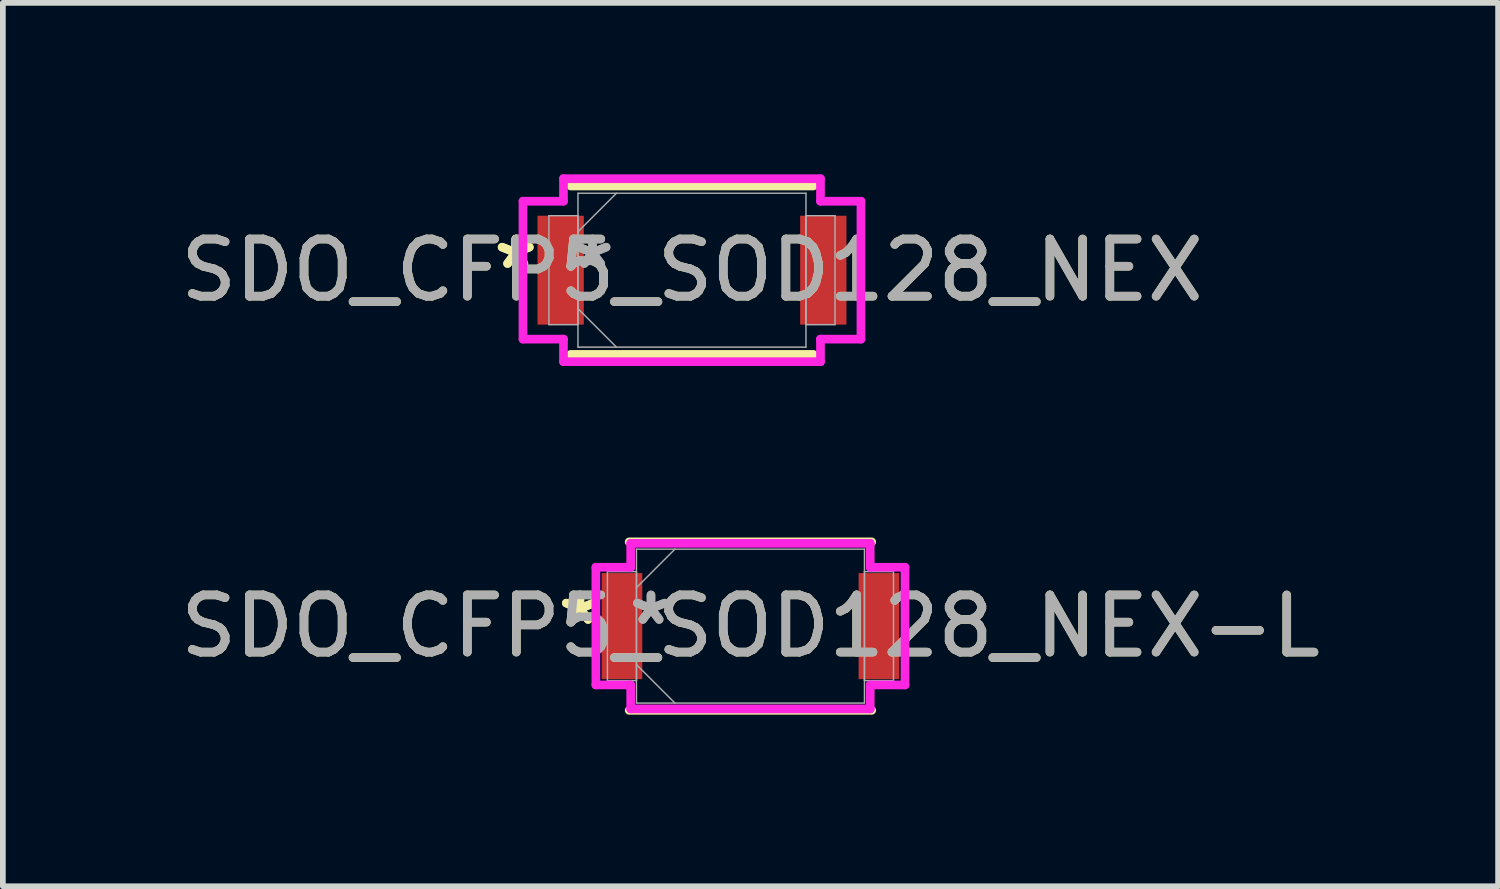
<source format=kicad_pcb>
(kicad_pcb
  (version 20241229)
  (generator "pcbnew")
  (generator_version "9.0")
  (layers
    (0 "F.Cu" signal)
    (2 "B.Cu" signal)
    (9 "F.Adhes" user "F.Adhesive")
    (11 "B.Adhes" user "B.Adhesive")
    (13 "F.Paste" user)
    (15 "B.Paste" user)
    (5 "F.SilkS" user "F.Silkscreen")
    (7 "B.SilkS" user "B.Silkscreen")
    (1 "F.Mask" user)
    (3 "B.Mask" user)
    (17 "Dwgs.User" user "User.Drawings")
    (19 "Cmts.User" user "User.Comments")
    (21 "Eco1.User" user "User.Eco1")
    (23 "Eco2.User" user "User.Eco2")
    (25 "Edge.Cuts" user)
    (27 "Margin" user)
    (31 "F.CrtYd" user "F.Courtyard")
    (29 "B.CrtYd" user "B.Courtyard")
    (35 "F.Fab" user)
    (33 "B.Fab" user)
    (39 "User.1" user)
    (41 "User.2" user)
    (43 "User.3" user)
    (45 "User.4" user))
  (footprint "SDO_CFP5_SOD128_NEX"
    (layer "F.Cu")
    (at 9.054 1.676)
    (property "Reference" "SDO_CFP5_SOD128_NEX" (at 0 0 0) (unlocked yes) (layer "F.SilkS") (effects (font (size 1 1) (thickness 0.15))))
    (attr smd)
    (fp_line (start -2.121 1.473) (end 2.121 1.473) (stroke (width 0.152) (type solid)) (layer "F.SilkS"))
    (fp_line (start 2.121 -1.473) (end -2.121 -1.473) (stroke (width 0.152) (type solid)) (layer "F.SilkS"))
    (fp_line (start -2.956 -1.206) (end -2.248 -1.206) (stroke (width 0.152) (type solid)) (layer "F.CrtYd"))
    (fp_line (start -2.956 1.206) (end -2.956 -1.206) (stroke (width 0.152) (type solid)) (layer "F.CrtYd"))
    (fp_line (start -2.248 -1.6) (end 2.248 -1.6) (stroke (width 0.152) (type solid)) (layer "F.CrtYd"))
    (fp_line (start -2.248 -1.206) (end -2.248 -1.6) (stroke (width 0.152) (type solid)) (layer "F.CrtYd"))
    (fp_line (start -2.248 1.206) (end -2.956 1.206) (stroke (width 0.152) (type solid)) (layer "F.CrtYd"))
    (fp_line (start -2.248 1.6) (end -2.248 1.206) (stroke (width 0.152) (type solid)) (layer "F.CrtYd"))
    (fp_line (start 2.248 -1.6) (end 2.248 -1.206) (stroke (width 0.152) (type solid)) (layer "F.CrtYd"))
    (fp_line (start 2.248 -1.206) (end 2.956 -1.206) (stroke (width 0.152) (type solid)) (layer "F.CrtYd"))
    (fp_line (start 2.248 1.206) (end 2.248 1.6) (stroke (width 0.152) (type solid)) (layer "F.CrtYd"))
    (fp_line (start 2.248 1.6) (end -2.248 1.6) (stroke (width 0.152) (type solid)) (layer "F.CrtYd"))
    (fp_line (start 2.956 -1.206) (end 2.956 1.206) (stroke (width 0.152) (type solid)) (layer "F.CrtYd"))
    (fp_line (start 2.956 1.206) (end 2.248 1.206) (stroke (width 0.152) (type solid)) (layer "F.CrtYd"))
    (fp_line (start -2.502 -0.953) (end -2.502 0.953) (stroke (width 0.025) (type solid)) (layer "F.Fab"))
    (fp_line (start -2.502 0.953) (end -1.994 0.953) (stroke (width 0.025) (type solid)) (layer "F.Fab"))
    (fp_line (start -1.994 -1.346) (end -1.994 1.346) (stroke (width 0.025) (type solid)) (layer "F.Fab"))
    (fp_line (start -1.994 -0.953) (end -2.502 -0.953) (stroke (width 0.025) (type solid)) (layer "F.Fab"))
    (fp_line (start -1.994 -0.673) (end -1.321 -1.346) (stroke (width 0.025) (type solid)) (layer "F.Fab"))
    (fp_line (start -1.994 0.673) (end -1.321 1.346) (stroke (width 0.025) (type solid)) (layer "F.Fab"))
    (fp_line (start -1.994 0.953) (end -1.994 -0.953) (stroke (width 0.025) (type solid)) (layer "F.Fab"))
    (fp_line (start -1.994 1.346) (end 1.994 1.346) (stroke (width 0.025) (type solid)) (layer "F.Fab"))
    (fp_line (start 1.994 -1.346) (end -1.994 -1.346) (stroke (width 0.025) (type solid)) (layer "F.Fab"))
    (fp_line (start 1.994 -0.953) (end 1.994 0.953) (stroke (width 0.025) (type solid)) (layer "F.Fab"))
    (fp_line (start 1.994 0.953) (end 2.502 0.953) (stroke (width 0.025) (type solid)) (layer "F.Fab"))
    (fp_line (start 1.994 1.346) (end 1.994 -1.346) (stroke (width 0.025) (type solid)) (layer "F.Fab"))
    (fp_line (start 2.502 -0.953) (end 1.994 -0.953) (stroke (width 0.025) (type solid)) (layer "F.Fab"))
    (fp_line (start 2.502 0.953) (end 2.502 -0.953) (stroke (width 0.025) (type solid)) (layer "F.Fab"))
    (fp_text user "*" (at -3.083 0 0) (layer "F.SilkS") (effects (font (size 1 1) (thickness 0.15))))
    (fp_text user "*" (at -3.083 0 0) (unlocked yes) (layer "F.SilkS") (effects (font (size 1 1) (thickness 0.15))))
    (fp_text user "*" (at -1.74 0 0) (unlocked yes) (layer "F.Fab") (effects (font (size 1 1) (thickness 0.15))))
    (fp_text user "*" (at -1.74 0 0) (layer "F.Fab") (effects (font (size 1 1) (thickness 0.15))))
    (fp_text user "${REFERENCE}" (at 0 0 0) (unlocked yes) (layer "F.Fab") (effects (font (size 1 1) (thickness 0.15))))
    (pad "1" smd rect (at -2.297 0) (size 0.81 1.905) (layers "F.Cu" "F.Mask" "F.Paste"))
    (pad "2" smd rect (at 2.297 0) (size 0.81 1.905) (layers "F.Cu" "F.Mask" "F.Paste"))
    (zone (net_name "") (layer "F.Cu") (hatch full 0.508) (connect_pads) (min_thickness 0.254) (filled_areas_thickness no) (keepout (tracks not_allowed) (vias not_allowed) (pads allowed) (copperpour not_allowed) (footprints allowed)) (placement (enabled no)) (fill) (polygon (pts (xy 7.212 0.381) (xy 10.895 0.381) (xy 10.895 2.972) (xy 7.212 2.972)))))
  (footprint "SDO_CFP5_SOD128_NEX-L"
    (layer "F.Cu")
    (at 10.077 7.902)
    (property "Reference" "SDO_CFP5_SOD128_NEX-L" (at 0 0 0) (unlocked yes) (layer "F.SilkS") (effects (font (size 1 1) (thickness 0.15))))
    (attr smd)
    (fp_line (start -2.121 1.473) (end 2.121 1.473) (stroke (width 0.152) (type solid)) (layer "F.SilkS"))
    (fp_line (start 2.121 -1.473) (end -2.121 -1.473) (stroke (width 0.152) (type solid)) (layer "F.SilkS"))
    (fp_line (start -2.704 -1.029) (end -2.095 -1.029) (stroke (width 0.152) (type solid)) (layer "F.CrtYd"))
    (fp_line (start -2.704 1.029) (end -2.704 -1.029) (stroke (width 0.152) (type solid)) (layer "F.CrtYd"))
    (fp_line (start -2.095 -1.448) (end 2.095 -1.448) (stroke (width 0.152) (type solid)) (layer "F.CrtYd"))
    (fp_line (start -2.095 -1.029) (end -2.095 -1.448) (stroke (width 0.152) (type solid)) (layer "F.CrtYd"))
    (fp_line (start -2.095 1.029) (end -2.704 1.029) (stroke (width 0.152) (type solid)) (layer "F.CrtYd"))
    (fp_line (start -2.095 1.448) (end -2.095 1.029) (stroke (width 0.152) (type solid)) (layer "F.CrtYd"))
    (fp_line (start 2.095 -1.448) (end 2.095 -1.029) (stroke (width 0.152) (type solid)) (layer "F.CrtYd"))
    (fp_line (start 2.095 -1.029) (end 2.704 -1.029) (stroke (width 0.152) (type solid)) (layer "F.CrtYd"))
    (fp_line (start 2.095 1.029) (end 2.095 1.448) (stroke (width 0.152) (type solid)) (layer "F.CrtYd"))
    (fp_line (start 2.095 1.448) (end -2.095 1.448) (stroke (width 0.152) (type solid)) (layer "F.CrtYd"))
    (fp_line (start 2.704 -1.029) (end 2.704 1.029) (stroke (width 0.152) (type solid)) (layer "F.CrtYd"))
    (fp_line (start 2.704 1.029) (end 2.095 1.029) (stroke (width 0.152) (type solid)) (layer "F.CrtYd"))
    (fp_line (start -2.502 -0.953) (end -2.502 0.953) (stroke (width 0.025) (type solid)) (layer "F.Fab"))
    (fp_line (start -2.502 0.953) (end -1.994 0.953) (stroke (width 0.025) (type solid)) (layer "F.Fab"))
    (fp_line (start -1.994 -1.346) (end -1.994 1.346) (stroke (width 0.025) (type solid)) (layer "F.Fab"))
    (fp_line (start -1.994 -0.953) (end -2.502 -0.953) (stroke (width 0.025) (type solid)) (layer "F.Fab"))
    (fp_line (start -1.994 -0.673) (end -1.321 -1.346) (stroke (width 0.025) (type solid)) (layer "F.Fab"))
    (fp_line (start -1.994 0.673) (end -1.321 1.346) (stroke (width 0.025) (type solid)) (layer "F.Fab"))
    (fp_line (start -1.994 0.953) (end -1.994 -0.953) (stroke (width 0.025) (type solid)) (layer "F.Fab"))
    (fp_line (start -1.994 1.346) (end 1.994 1.346) (stroke (width 0.025) (type solid)) (layer "F.Fab"))
    (fp_line (start 1.994 -1.346) (end -1.994 -1.346) (stroke (width 0.025) (type solid)) (layer "F.Fab"))
    (fp_line (start 1.994 -0.953) (end 1.994 0.953) (stroke (width 0.025) (type solid)) (layer "F.Fab"))
    (fp_line (start 1.994 0.953) (end 2.502 0.953) (stroke (width 0.025) (type solid)) (layer "F.Fab"))
    (fp_line (start 1.994 1.346) (end 1.994 -1.346) (stroke (width 0.025) (type solid)) (layer "F.Fab"))
    (fp_line (start 2.502 -0.953) (end 1.994 -0.953) (stroke (width 0.025) (type solid)) (layer "F.Fab"))
    (fp_line (start 2.502 0.953) (end 2.502 -0.953) (stroke (width 0.025) (type solid)) (layer "F.Fab"))
    (fp_text user "*" (at -2.983 0 0) (unlocked yes) (layer "F.SilkS") (effects (font (size 1 1) (thickness 0.15))))
    (fp_text user "*" (at -2.983 0 0) (layer "F.SilkS") (effects (font (size 1 1) (thickness 0.15))))
    (fp_text user "*" (at -1.74 0 0) (unlocked yes) (layer "F.Fab") (effects (font (size 1 1) (thickness 0.15))))
    (fp_text user "${REFERENCE}" (at 0 0 0) (unlocked yes) (layer "F.Fab") (effects (font (size 1 1) (thickness 0.15))))
    (fp_text user "*" (at -1.74 0 0) (layer "F.Fab") (effects (font (size 1 1) (thickness 0.15))))
    (pad "1" smd rect (at -2.247 0) (size 0.71 1.855) (layers "F.Cu" "F.Mask" "F.Paste"))
    (pad "2" smd rect (at 2.247 0) (size 0.71 1.855) (layers "F.Cu" "F.Mask" "F.Paste"))
    (zone (net_name "") (layer "F.Cu") (hatch full 0.508) (connect_pads) (min_thickness 0.254) (filled_areas_thickness no) (keepout (tracks not_allowed) (vias not_allowed) (pads allowed) (copperpour not_allowed) (footprints allowed)) (placement (enabled no)) (fill) (polygon (pts (xy 8.236 6.607) (xy 11.919 6.607) (xy 11.919 9.198) (xy 8.236 9.198)))))
  (gr_rect
    (start -3 -3)
    (end 23.155 12.452)
    (stroke (width 0.1) (type default))
    (fill no)
    (layer "Edge.Cuts")))
</source>
